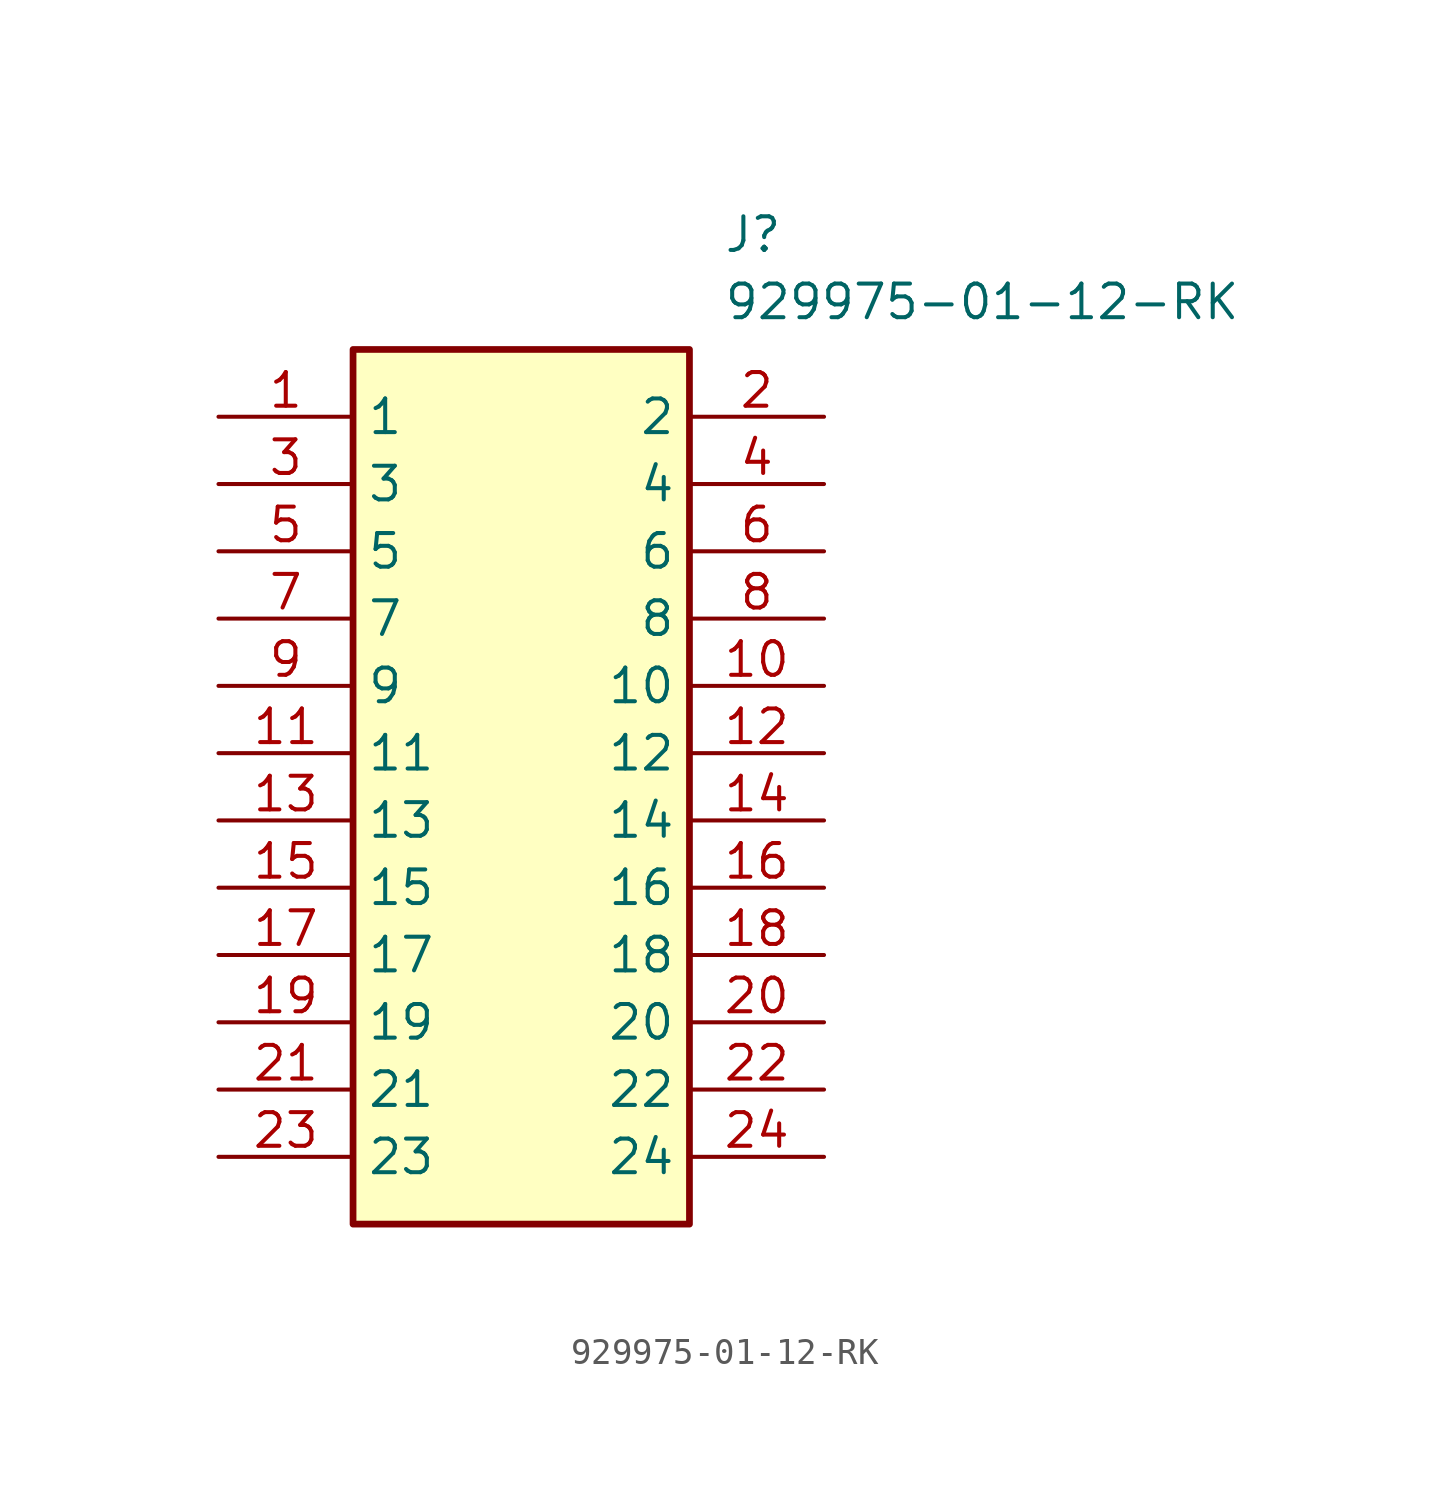
<source format=kicad_sym>
(kicad_symbol_lib
  (version 20211014)
  (generator SamacSys_ECAD_Model)
  (symbol "929975-01-12-RK"
    (property "Reference" "J"
      (at 19.05 7.62 0)
      (effects (font (size 1.27 1.27)) (justify left top)))
    (property "Value" "929975-01-12-RK"
      (at 19.05 5.08 0)
      (effects (font (size 1.27 1.27)) (justify left top)))
    (rectangle
      (start 5.08 2.54)
      (end 17.78 -30.48)
      (stroke (width 0.254) (type default))
      (fill (type background)))
    (pin passive line
      (at 0 0 0)
      (length 5.08)
      (name "1" (effects (font (size 1.27 1.27))))
      (number "1" (effects (font (size 1.27 1.27)))))
    (pin passive line
      (at 0 -2.54 0)
      (length 5.08)
      (name "3" (effects (font (size 1.27 1.27))))
      (number "3" (effects (font (size 1.27 1.27)))))
    (pin passive line
      (at 0 -5.08 0)
      (length 5.08)
      (name "5" (effects (font (size 1.27 1.27))))
      (number "5" (effects (font (size 1.27 1.27)))))
    (pin passive line
      (at 0 -7.62 0)
      (length 5.08)
      (name "7" (effects (font (size 1.27 1.27))))
      (number "7" (effects (font (size 1.27 1.27)))))
    (pin passive line
      (at 0 -10.16 0)
      (length 5.08)
      (name "9" (effects (font (size 1.27 1.27))))
      (number "9" (effects (font (size 1.27 1.27)))))
    (pin passive line
      (at 0 -12.7 0)
      (length 5.08)
      (name "11" (effects (font (size 1.27 1.27))))
      (number "11" (effects (font (size 1.27 1.27)))))
    (pin passive line
      (at 0 -15.24 0)
      (length 5.08)
      (name "13" (effects (font (size 1.27 1.27))))
      (number "13" (effects (font (size 1.27 1.27)))))
    (pin passive line
      (at 0 -17.78 0)
      (length 5.08)
      (name "15" (effects (font (size 1.27 1.27))))
      (number "15" (effects (font (size 1.27 1.27)))))
    (pin passive line
      (at 0 -20.32 0)
      (length 5.08)
      (name "17" (effects (font (size 1.27 1.27))))
      (number "17" (effects (font (size 1.27 1.27)))))
    (pin passive line
      (at 0 -22.86 0)
      (length 5.08)
      (name "19" (effects (font (size 1.27 1.27))))
      (number "19" (effects (font (size 1.27 1.27)))))
    (pin passive line
      (at 0 -25.4 0)
      (length 5.08)
      (name "21" (effects (font (size 1.27 1.27))))
      (number "21" (effects (font (size 1.27 1.27)))))
    (pin passive line
      (at 0 -27.94 0)
      (length 5.08)
      (name "23" (effects (font (size 1.27 1.27))))
      (number "23" (effects (font (size 1.27 1.27)))))
    (pin passive line
      (at 22.86 0 180)
      (length 5.08)
      (name "2" (effects (font (size 1.27 1.27))))
      (number "2" (effects (font (size 1.27 1.27)))))
    (pin passive line
      (at 22.86 -2.54 180)
      (length 5.08)
      (name "4" (effects (font (size 1.27 1.27))))
      (number "4" (effects (font (size 1.27 1.27)))))
    (pin passive line
      (at 22.86 -5.08 180)
      (length 5.08)
      (name "6" (effects (font (size 1.27 1.27))))
      (number "6" (effects (font (size 1.27 1.27)))))
    (pin passive line
      (at 22.86 -7.62 180)
      (length 5.08)
      (name "8" (effects (font (size 1.27 1.27))))
      (number "8" (effects (font (size 1.27 1.27)))))
    (pin passive line
      (at 22.86 -10.16 180)
      (length 5.08)
      (name "10" (effects (font (size 1.27 1.27))))
      (number "10" (effects (font (size 1.27 1.27)))))
    (pin passive line
      (at 22.86 -12.7 180)
      (length 5.08)
      (name "12" (effects (font (size 1.27 1.27))))
      (number "12" (effects (font (size 1.27 1.27)))))
    (pin passive line
      (at 22.86 -15.24 180)
      (length 5.08)
      (name "14" (effects (font (size 1.27 1.27))))
      (number "14" (effects (font (size 1.27 1.27)))))
    (pin passive line
      (at 22.86 -17.78 180)
      (length 5.08)
      (name "16" (effects (font (size 1.27 1.27))))
      (number "16" (effects (font (size 1.27 1.27)))))
    (pin passive line
      (at 22.86 -20.32 180)
      (length 5.08)
      (name "18" (effects (font (size 1.27 1.27))))
      (number "18" (effects (font (size 1.27 1.27)))))
    (pin passive line
      (at 22.86 -22.86 180)
      (length 5.08)
      (name "20" (effects (font (size 1.27 1.27))))
      (number "20" (effects (font (size 1.27 1.27)))))
    (pin passive line
      (at 22.86 -25.4 180)
      (length 5.08)
      (name "22" (effects (font (size 1.27 1.27))))
      (number "22" (effects (font (size 1.27 1.27)))))
    (pin passive line
      (at 22.86 -27.94 180)
      (length 5.08)
      (name "24" (effects (font (size 1.27 1.27))))
      (number "24" (effects (font (size 1.27 1.27)))))))
</source>
